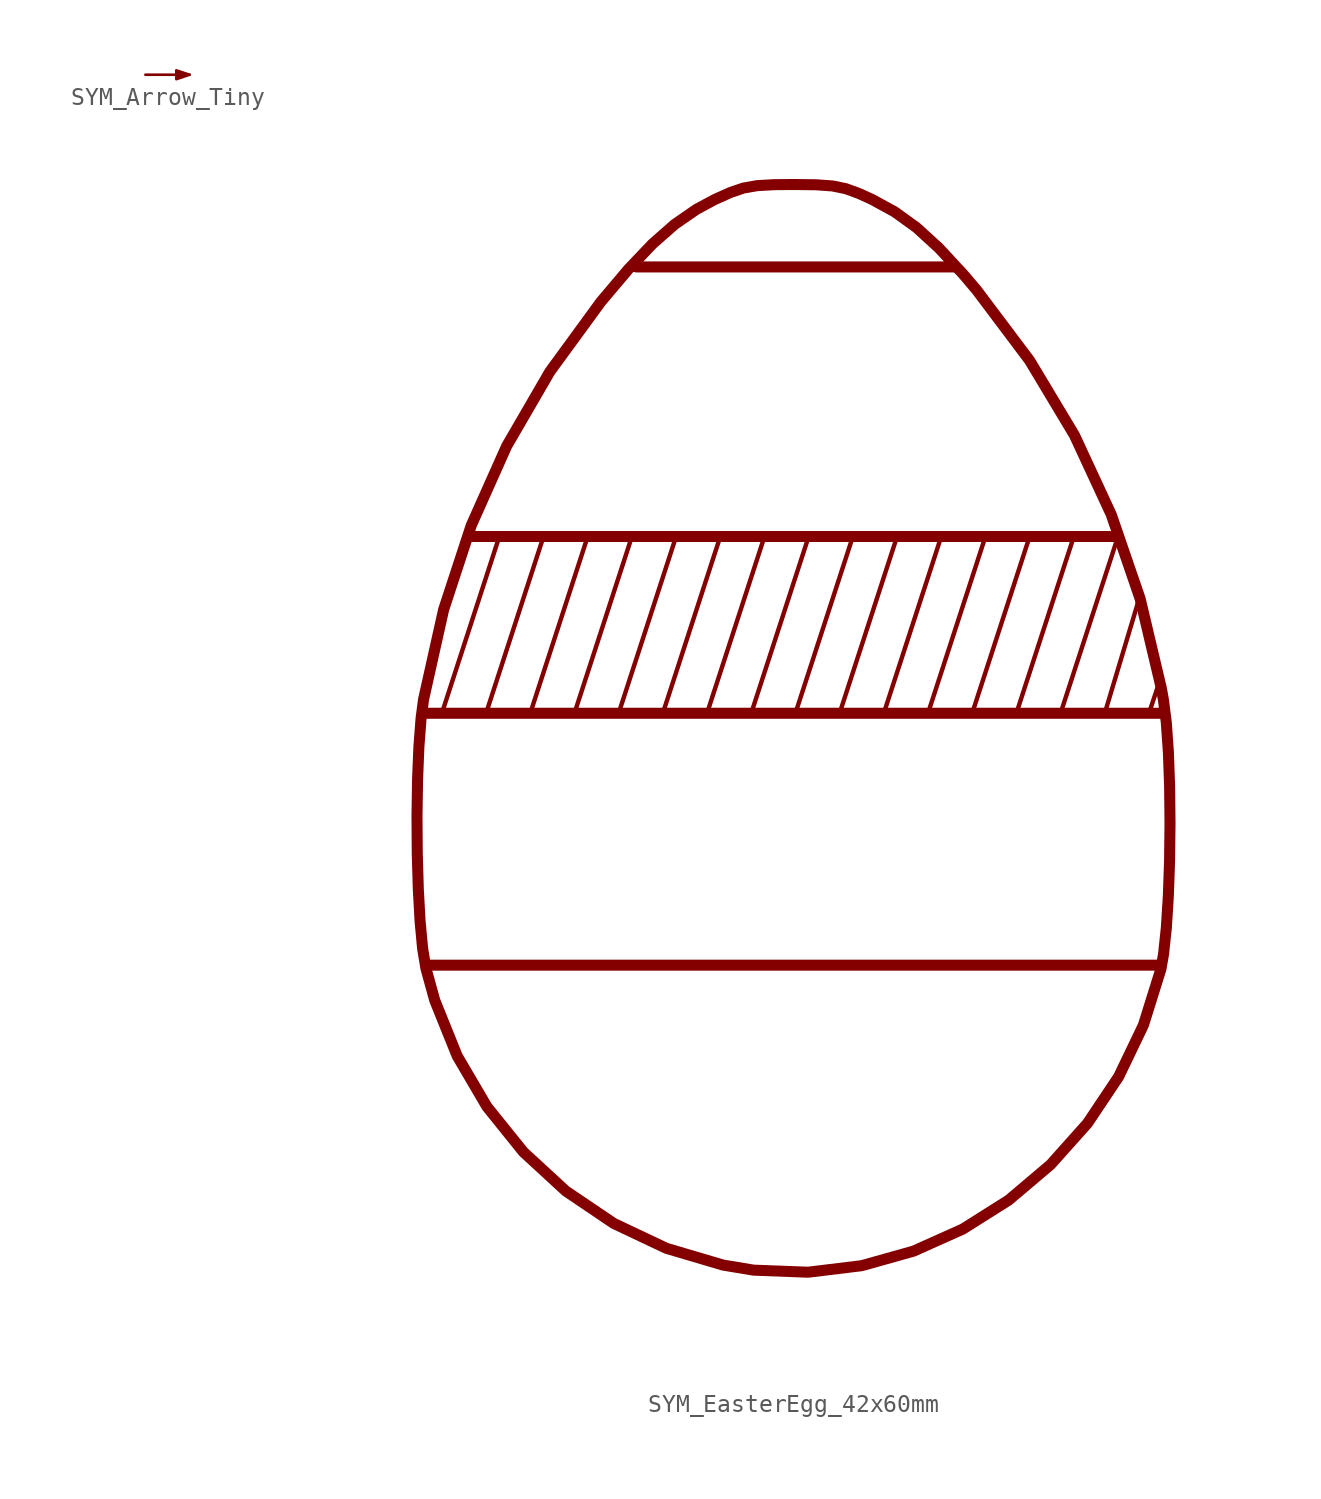
<source format=kicad_sym>
(kicad_symbol_lib
  (version 20220914)
  (generator kicad_symbol_editor)
  (symbol "SYM_Arrow_Tiny"
    (property "Reference" "#SYM"
      (at 0 1.524 0)
      (effects (font (size 1.27 1.27)) hide))
    (symbol "SYM_Arrow_Tiny_0_1"
      (polyline (pts (xy 1.27 0) (xy -1.27 0)) (stroke (width 0) (type default)) (fill (type none)))
      (polyline (pts (xy 1.27 0) (xy 0.508 -0.254) (xy 0.508 0.254) (xy 1.27 0)) (stroke (width 0) (type default)) (fill (type outline)))))
  (symbol "SYM_EasterEgg_42x60mm"
    (property "Reference" "SYM"
      (at 0 0 0)
      (effects (font (size 1.27 1.27)) hide))
    (symbol "SYM_EasterEgg_42x60mm_0_0"
      (polyline (pts (xy -21.336 31.75) (xy 21.082 31.75)) (stroke (width 0.635) (type default)) (fill (type none)))
      (polyline (pts (xy -21.082 17.272) (xy 20.828 17.272)) (stroke (width 0.635) (type default)) (fill (type none)))
      (polyline (pts (xy -20.32 31.75) (xy -17.018 41.91)) (stroke (width 0.254) (type default)) (fill (type none)))
      (polyline (pts (xy -18.542 41.91) (xy 18.542 41.91)) (stroke (width 0.635) (type default)) (fill (type none)))
      (polyline (pts (xy -17.78 31.75) (xy -14.478 41.91)) (stroke (width 0.254) (type default)) (fill (type none)))
      (polyline (pts (xy -15.24 31.75) (xy -11.938 41.91)) (stroke (width 0.254) (type default)) (fill (type none)))
      (polyline (pts (xy -12.7 31.75) (xy -9.398 41.91)) (stroke (width 0.254) (type default)) (fill (type none)))
      (polyline (pts (xy -10.16 31.75) (xy -6.858 41.91)) (stroke (width 0.254) (type default)) (fill (type none)))
      (polyline (pts (xy -9.144 57.404) (xy 9.144 57.404)) (stroke (width 0.635) (type default)) (fill (type none)))
      (polyline (pts (xy -7.62 31.75) (xy -4.318 41.91)) (stroke (width 0.254) (type default)) (fill (type none)))
      (polyline (pts (xy -5.08 31.75) (xy -1.778 41.91)) (stroke (width 0.254) (type default)) (fill (type none)))
      (polyline (pts (xy -2.54 31.75) (xy 0.762 41.91)) (stroke (width 0.254) (type default)) (fill (type none)))
      (polyline (pts (xy 0 31.75) (xy 3.302 41.91)) (stroke (width 0.254) (type default)) (fill (type none)))
      (polyline (pts (xy 2.54 31.75) (xy 5.842 41.91)) (stroke (width 0.254) (type default)) (fill (type none)))
      (polyline (pts (xy 5.08 31.75) (xy 8.382 41.91)) (stroke (width 0.254) (type default)) (fill (type none)))
      (polyline (pts (xy 7.62 31.75) (xy 10.922 41.91)) (stroke (width 0.254) (type default)) (fill (type none)))
      (polyline (pts (xy 10.16 31.75) (xy 13.462 41.91)) (stroke (width 0.254) (type default)) (fill (type none)))
      (polyline (pts (xy 12.7 31.75) (xy 16.002 41.91)) (stroke (width 0.254) (type default)) (fill (type none)))
      (polyline (pts (xy 15.24 31.75) (xy 18.542 41.91)) (stroke (width 0.254) (type default)) (fill (type none)))
      (polyline (pts (xy 17.78 31.75) (xy 19.685 38.1)) (stroke (width 0.254) (type default)) (fill (type none)))
      (polyline (pts (xy 20.32 31.75) (xy 20.955 33.655)) (stroke (width 0.254) (type default)) (fill (type none)))
      (polyline (pts (xy 3.81 0) (xy 6.788 0.836) (xy 9.619 2.103) (xy 12.26 3.77) (xy 14.664 5.807) (xy 16.786 8.182) (xy 18.58 10.865) (xy 20.001 13.826) (xy 21.003 17.033) (xy 21.158 17.902) (xy 21.318 19.406) (xy 21.434 21.239) (xy 21.505 23.284) (xy 21.53 25.422) (xy 21.508 27.536) (xy 21.437 29.507) (xy 21.317 31.219) (xy 21.147 32.553) (xy 21.029 33.198) (xy 19.813 38.333) (xy 18.153 43.169) (xy 16.04 47.725) (xy 13.464 52.02) (xy 10.417 56.073) (xy 9.657 56.967) (xy 8.248 58.489) (xy 6.964 59.662) (xy 5.712 60.567) (xy 4.396 61.286) (xy 3.647 61.627) (xy 2.887 61.904) (xy 2.127 62.058) (xy 1.188 62.126) (xy -0.111 62.141) (xy -1.219 62.132) (xy -2.206 62.075) (xy -2.983 61.938) (xy -3.731 61.684) (xy -4.63 61.281) (xy -5.679 60.72) (xy -6.936 59.851) (xy -8.219 58.722) (xy -9.608 57.262) (xy -11.181 55.401) (xy -14.114 51.384) (xy -16.6 47.099) (xy -18.632 42.547) (xy -20.219 37.706) (xy -21.371 32.553) (xy -21.514 31.476) (xy -21.64 29.836) (xy -21.718 27.918) (xy -21.75 25.836) (xy -21.735 23.71) (xy -21.675 21.654) (xy -21.572 19.788) (xy -21.426 18.226) (xy -21.237 17.086) (xy -20.729 15.249) (xy -19.441 12.055) (xy -17.731 9.139) (xy -15.636 6.537) (xy -13.194 4.288) (xy -10.443 2.43) (xy -7.421 1) (xy -4.164 0.036) (xy -2.401 -0.257) (xy 0.732 -0.375) (xy 3.81 0)) (stroke (width 0.635) (type default)) (fill (type none))))))
</source>
